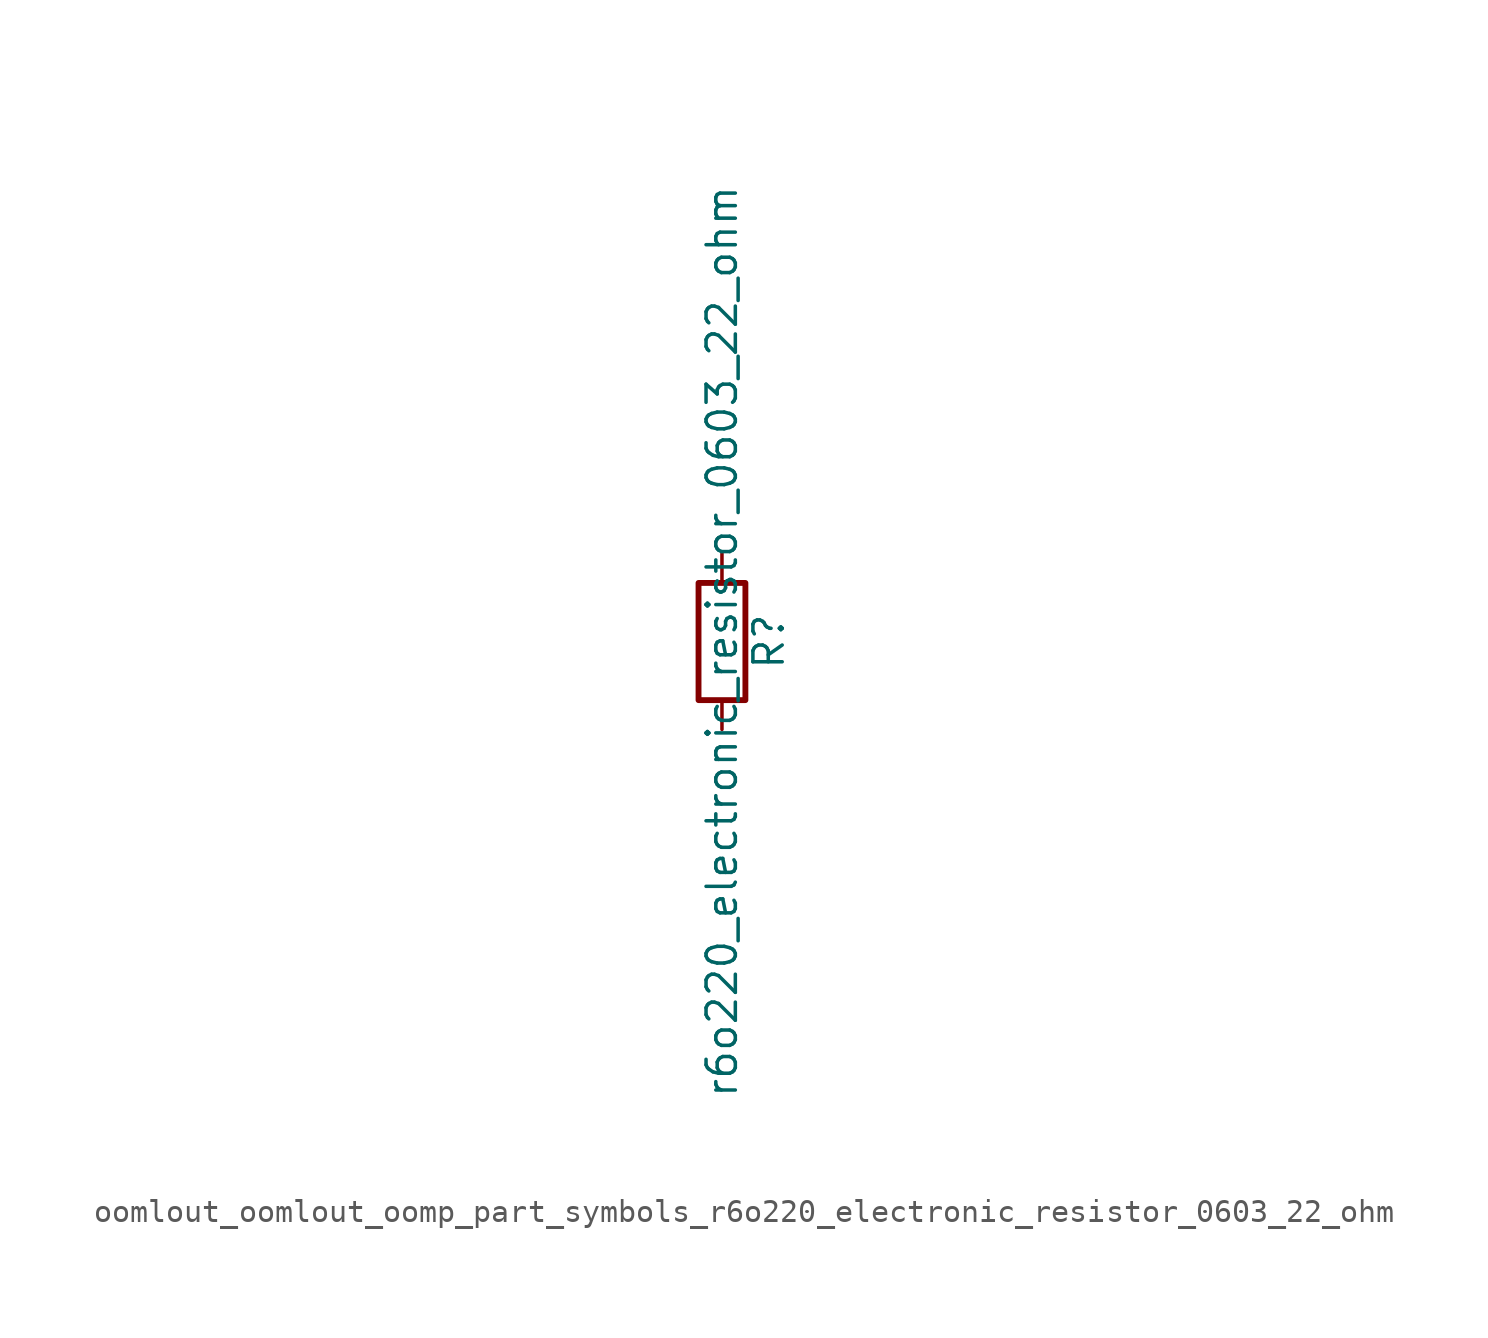
<source format=kicad_sym>
(kicad_symbol_lib
  (version 20220914)
  (generator kicad_symbol_editor)
  (symbol "oomlout_oomlout_oomp_part_symbols_r6o220_electronic_resistor_0603_22_ohm"
    (pin_numbers hide)
    (pin_names
      (offset 0))
    (property "Reference" "R"
      (at 2.032 0 90)
      (effects (font (size 1.27 1.27))))
    (property "Value" "r6o220_electronic_resistor_0603_22_ohm"
      (at 0 0 90)
      (effects (font (size 1.27 1.27))))
    (symbol "oomlout_oomlout_oomp_part_symbols_r6o220_electronic_resistor_0603_22_ohm_0_1"
      (rectangle (start -1.016 -2.54) (end 1.016 2.54) (stroke (width 0.254) (type default)) (fill (type none))))
    (symbol "oomlout_oomlout_oomp_part_symbols_r6o220_electronic_resistor_0603_22_ohm_1_1"
      (pin passive line (at 0 3.81 270) (length 1.27) (name "~" (effects (font (size 1.27 1.27)))) (number "1" (effects (font (size 1.27 1.27)))))
      (pin passive line (at 0 -3.81 90) (length 1.27) (name "~" (effects (font (size 1.27 1.27)))) (number "2" (effects (font (size 1.27 1.27))))))))
</source>
